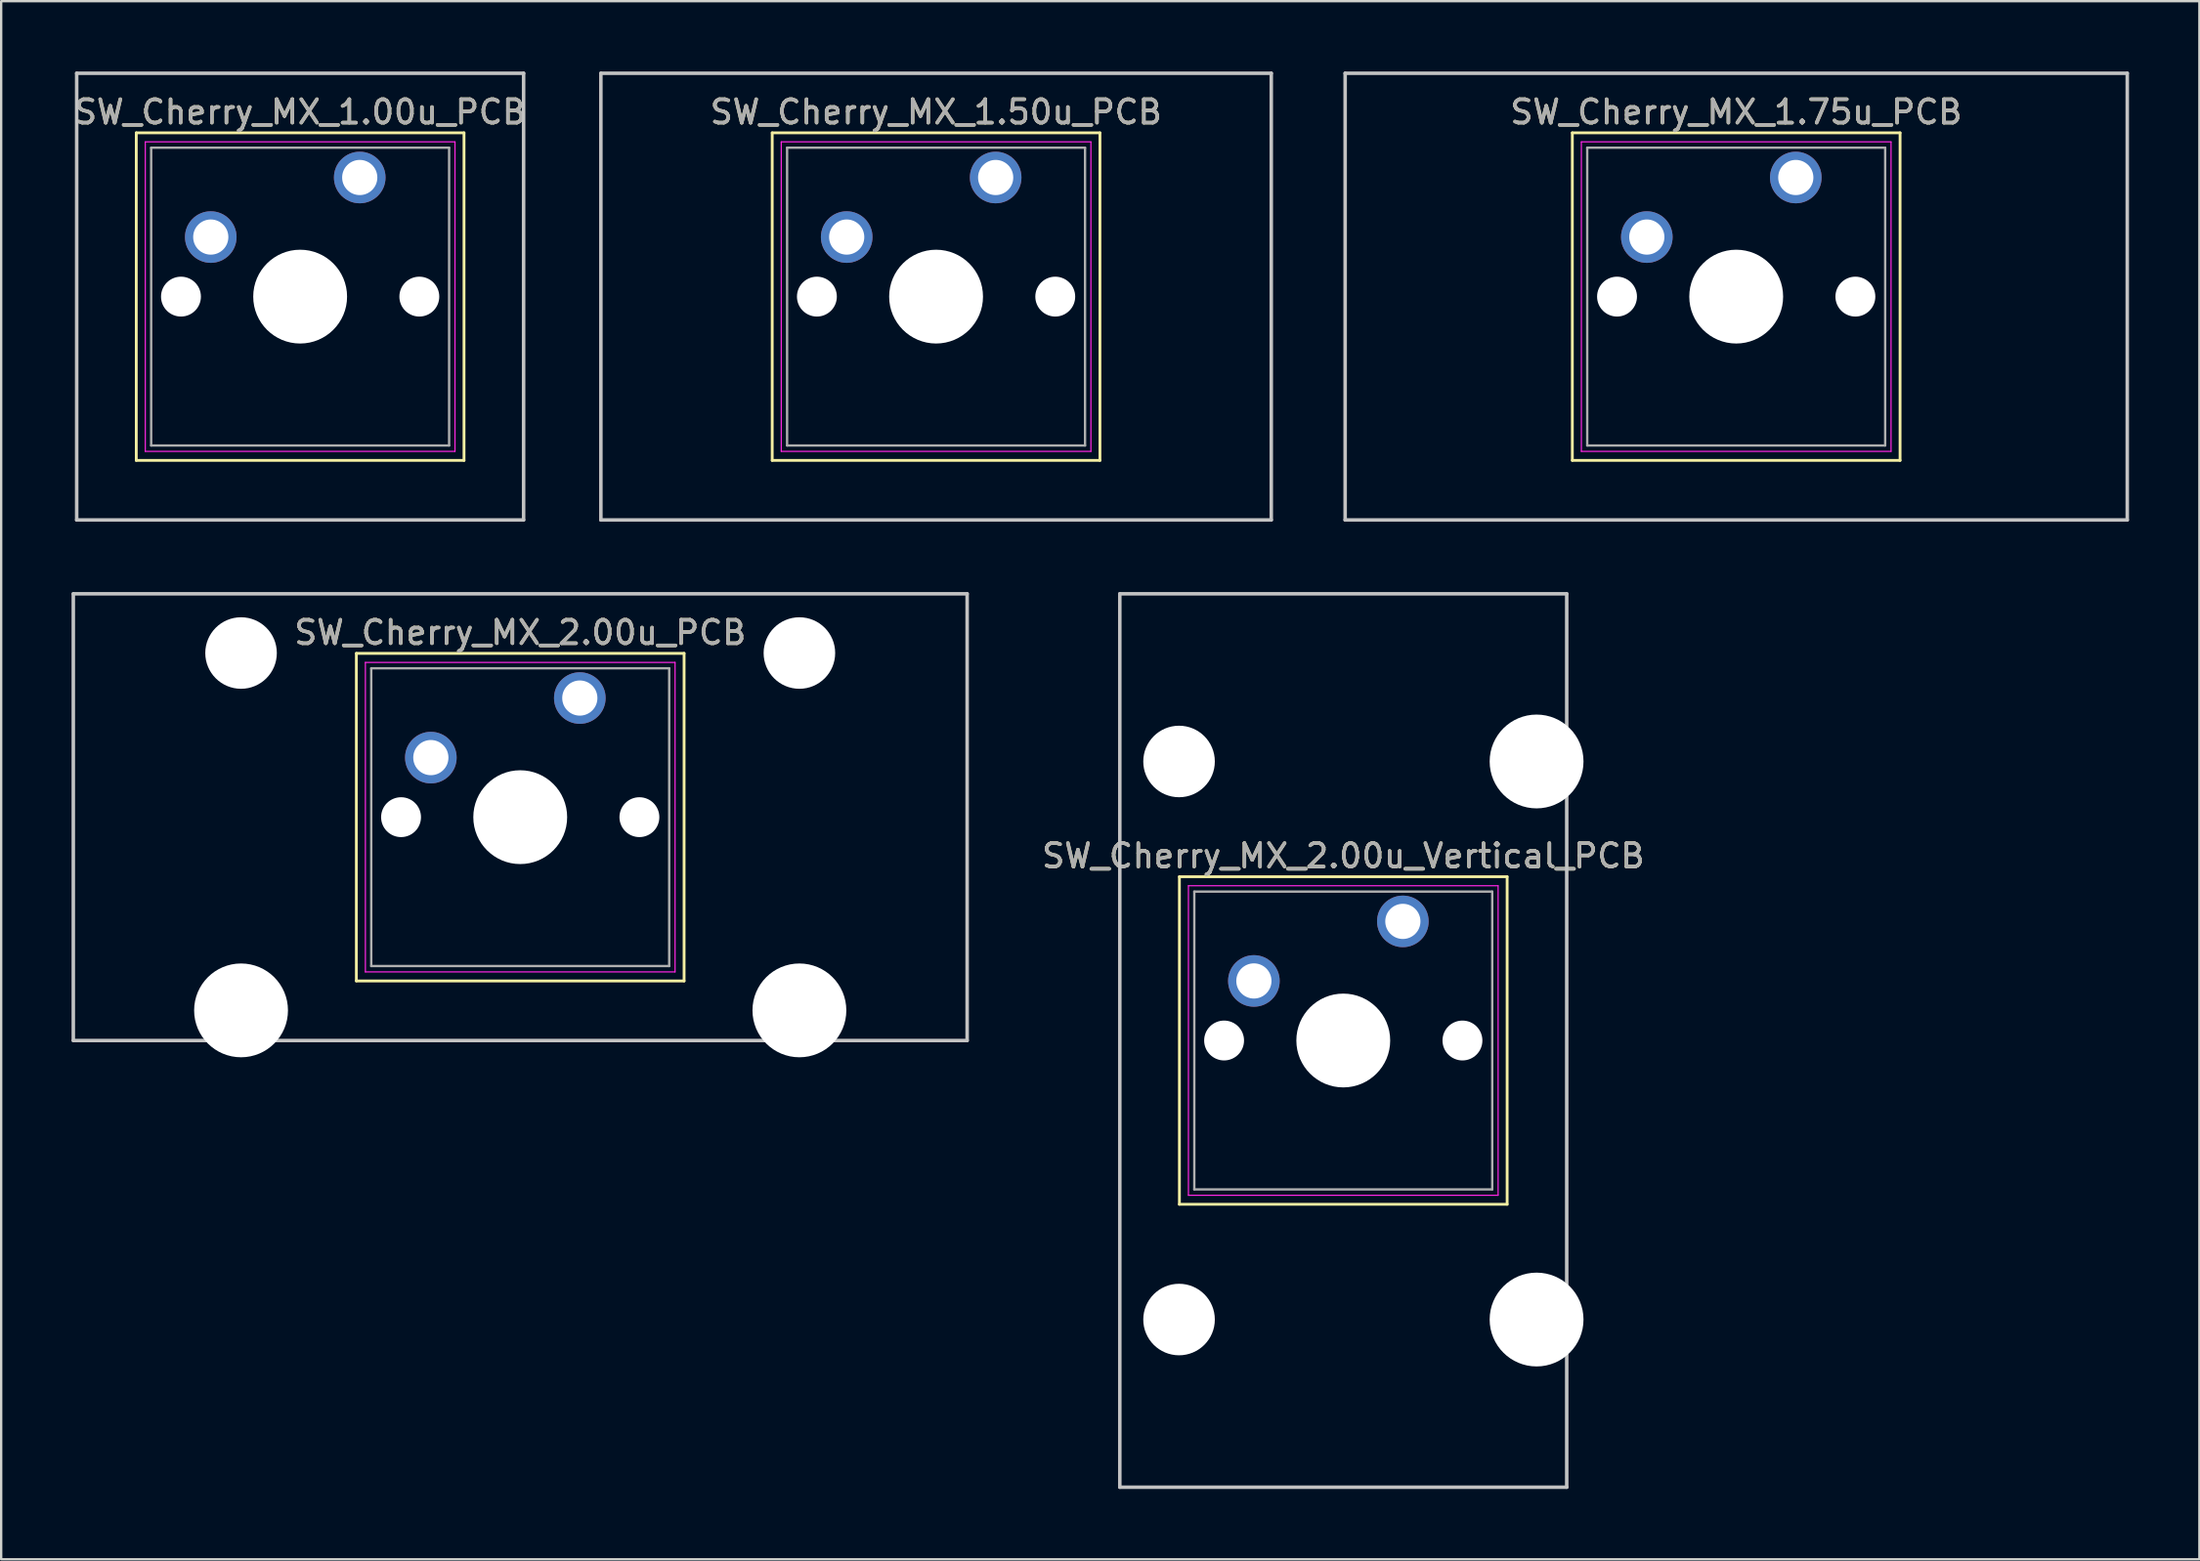
<source format=kicad_pcb>
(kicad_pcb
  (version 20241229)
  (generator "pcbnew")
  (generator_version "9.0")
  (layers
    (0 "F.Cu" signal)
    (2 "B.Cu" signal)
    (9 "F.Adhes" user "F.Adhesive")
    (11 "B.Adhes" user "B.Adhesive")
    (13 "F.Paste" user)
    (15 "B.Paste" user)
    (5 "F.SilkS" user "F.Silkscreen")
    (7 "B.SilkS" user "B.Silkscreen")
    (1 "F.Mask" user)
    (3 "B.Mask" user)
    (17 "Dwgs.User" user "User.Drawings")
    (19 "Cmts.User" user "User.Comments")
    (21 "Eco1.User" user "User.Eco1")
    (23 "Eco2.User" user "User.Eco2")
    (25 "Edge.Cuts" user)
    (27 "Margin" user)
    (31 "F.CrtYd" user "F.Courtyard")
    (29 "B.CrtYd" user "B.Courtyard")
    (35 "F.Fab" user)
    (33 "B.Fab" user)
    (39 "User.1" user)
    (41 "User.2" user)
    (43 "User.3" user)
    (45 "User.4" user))
  (footprint "SW_Cherry_MX_1.00u_PCB"
    (layer "F.Cu")
    (at 12.284 4.52)
    (property "Reference" "SW_Cherry_MX_1.00u_PCB" (at -2.54 -2.794 0) (layer "F.SilkS") (effects (font (size 1 1) (thickness 0.15))))
    (attr through_hole)
    (fp_line (start -9.525 -1.905) (end 4.445 -1.905) (stroke (width 0.12) (type solid)) (layer "F.SilkS"))
    (fp_line (start -9.525 12.065) (end -9.525 -1.905) (stroke (width 0.12) (type solid)) (layer "F.SilkS"))
    (fp_line (start 4.445 -1.905) (end 4.445 12.065) (stroke (width 0.12) (type solid)) (layer "F.SilkS"))
    (fp_line (start 4.445 12.065) (end -9.525 12.065) (stroke (width 0.12) (type solid)) (layer "F.SilkS"))
    (fp_line (start -12.065 -4.445) (end 6.985 -4.445) (stroke (width 0.15) (type solid)) (layer "Dwgs.User"))
    (fp_line (start -12.065 14.605) (end -12.065 -4.445) (stroke (width 0.15) (type solid)) (layer "Dwgs.User"))
    (fp_line (start 6.985 -4.445) (end 6.985 14.605) (stroke (width 0.15) (type solid)) (layer "Dwgs.User"))
    (fp_line (start 6.985 14.605) (end -12.065 14.605) (stroke (width 0.15) (type solid)) (layer "Dwgs.User"))
    (fp_line (start -9.14 -1.52) (end 4.06 -1.52) (stroke (width 0.05) (type solid)) (layer "F.CrtYd"))
    (fp_line (start -9.14 11.68) (end -9.14 -1.52) (stroke (width 0.05) (type solid)) (layer "F.CrtYd"))
    (fp_line (start 4.06 -1.52) (end 4.06 11.68) (stroke (width 0.05) (type solid)) (layer "F.CrtYd"))
    (fp_line (start 4.06 11.68) (end -9.14 11.68) (stroke (width 0.05) (type solid)) (layer "F.CrtYd"))
    (fp_line (start -8.89 -1.27) (end 3.81 -1.27) (stroke (width 0.1) (type solid)) (layer "F.Fab"))
    (fp_line (start -8.89 11.43) (end -8.89 -1.27) (stroke (width 0.1) (type solid)) (layer "F.Fab"))
    (fp_line (start 3.81 -1.27) (end 3.81 11.43) (stroke (width 0.1) (type solid)) (layer "F.Fab"))
    (fp_line (start 3.81 11.43) (end -8.89 11.43) (stroke (width 0.1) (type solid)) (layer "F.Fab"))
    (fp_text user "${REFERENCE}" (at -2.54 -2.794 0) (layer "F.Fab") (effects (font (size 1 1) (thickness 0.15))))
    (pad "" np_thru_hole circle (at -7.62 5.08) (size 1.7 1.7) (drill 1.7) (layers "*.Cu" "*.Mask"))
    (pad "" np_thru_hole circle (at -2.54 5.08) (size 4 4) (drill 4) (layers "*.Cu" "*.Mask"))
    (pad "" np_thru_hole circle (at 2.54 5.08) (size 1.7 1.7) (drill 1.7) (layers "*.Cu" "*.Mask"))
    (pad "1" thru_hole circle (at 0 0) (size 2.2 2.2) (drill 1.5) (layers "*.Cu" "*.Mask"))
    (pad "2" thru_hole circle (at -6.35 2.54) (size 2.2 2.2) (drill 1.5) (layers "*.Cu" "*.Mask")))
  (footprint "SW_Cherry_MX_2.00u_PCB"
    (layer "F.Cu")
    (at 21.665 26.72)
    (property "Reference" "SW_Cherry_MX_2.00u_PCB" (at -2.54 -2.794 0) (layer "F.SilkS") (effects (font (size 1 1) (thickness 0.15))))
    (attr through_hole)
    (fp_line (start -9.525 -1.905) (end 4.445 -1.905) (stroke (width 0.12) (type solid)) (layer "F.SilkS"))
    (fp_line (start -9.525 12.065) (end -9.525 -1.905) (stroke (width 0.12) (type solid)) (layer "F.SilkS"))
    (fp_line (start 4.445 -1.905) (end 4.445 12.065) (stroke (width 0.12) (type solid)) (layer "F.SilkS"))
    (fp_line (start 4.445 12.065) (end -9.525 12.065) (stroke (width 0.12) (type solid)) (layer "F.SilkS"))
    (fp_line (start -21.59 -4.445) (end 16.51 -4.445) (stroke (width 0.15) (type solid)) (layer "Dwgs.User"))
    (fp_line (start -21.59 14.605) (end -21.59 -4.445) (stroke (width 0.15) (type solid)) (layer "Dwgs.User"))
    (fp_line (start 16.51 -4.445) (end 16.51 14.605) (stroke (width 0.15) (type solid)) (layer "Dwgs.User"))
    (fp_line (start 16.51 14.605) (end -21.59 14.605) (stroke (width 0.15) (type solid)) (layer "Dwgs.User"))
    (fp_line (start -9.14 -1.52) (end 4.06 -1.52) (stroke (width 0.05) (type solid)) (layer "F.CrtYd"))
    (fp_line (start -9.14 11.68) (end -9.14 -1.52) (stroke (width 0.05) (type solid)) (layer "F.CrtYd"))
    (fp_line (start 4.06 -1.52) (end 4.06 11.68) (stroke (width 0.05) (type solid)) (layer "F.CrtYd"))
    (fp_line (start 4.06 11.68) (end -9.14 11.68) (stroke (width 0.05) (type solid)) (layer "F.CrtYd"))
    (fp_line (start -8.89 -1.27) (end 3.81 -1.27) (stroke (width 0.1) (type solid)) (layer "F.Fab"))
    (fp_line (start -8.89 11.43) (end -8.89 -1.27) (stroke (width 0.1) (type solid)) (layer "F.Fab"))
    (fp_line (start 3.81 -1.27) (end 3.81 11.43) (stroke (width 0.1) (type solid)) (layer "F.Fab"))
    (fp_line (start 3.81 11.43) (end -8.89 11.43) (stroke (width 0.1) (type solid)) (layer "F.Fab"))
    (fp_text user "${REFERENCE}" (at -2.54 -2.794 0) (layer "F.Fab") (effects (font (size 1 1) (thickness 0.15))))
    (pad "" np_thru_hole circle (at -14.44 -1.92) (size 3.05 3.05) (drill 3.05) (layers "*.Cu" "*.Mask"))
    (pad "" np_thru_hole circle (at -14.44 13.32) (size 4 4) (drill 4) (layers "*.Cu" "*.Mask"))
    (pad "" np_thru_hole circle (at -7.62 5.08) (size 1.7 1.7) (drill 1.7) (layers "*.Cu" "*.Mask"))
    (pad "" np_thru_hole circle (at -2.54 5.08) (size 4 4) (drill 4) (layers "*.Cu" "*.Mask"))
    (pad "" np_thru_hole circle (at 2.54 5.08) (size 1.7 1.7) (drill 1.7) (layers "*.Cu" "*.Mask"))
    (pad "" np_thru_hole circle (at 9.36 -1.92) (size 3.05 3.05) (drill 3.05) (layers "*.Cu" "*.Mask"))
    (pad "" np_thru_hole circle (at 9.36 13.32) (size 4 4) (drill 4) (layers "*.Cu" "*.Mask"))
    (pad "1" thru_hole circle (at 0 0) (size 2.2 2.2) (drill 1.5) (layers "*.Cu" "*.Mask"))
    (pad "2" thru_hole circle (at -6.35 2.54) (size 2.2 2.2) (drill 1.5) (layers "*.Cu" "*.Mask")))
  (footprint "SW_Cherry_MX_1.50u_PCB"
    (layer "F.Cu")
    (at 39.391 4.52)
    (property "Reference" "SW_Cherry_MX_1.50u_PCB" (at -2.54 -2.794 0) (layer "F.SilkS") (effects (font (size 1 1) (thickness 0.15))))
    (attr through_hole)
    (fp_line (start -9.525 -1.905) (end 4.445 -1.905) (stroke (width 0.12) (type solid)) (layer "F.SilkS"))
    (fp_line (start -9.525 12.065) (end -9.525 -1.905) (stroke (width 0.12) (type solid)) (layer "F.SilkS"))
    (fp_line (start 4.445 -1.905) (end 4.445 12.065) (stroke (width 0.12) (type solid)) (layer "F.SilkS"))
    (fp_line (start 4.445 12.065) (end -9.525 12.065) (stroke (width 0.12) (type solid)) (layer "F.SilkS"))
    (fp_line (start -16.828 -4.445) (end 11.748 -4.445) (stroke (width 0.15) (type solid)) (layer "Dwgs.User"))
    (fp_line (start -16.828 14.605) (end -16.828 -4.445) (stroke (width 0.15) (type solid)) (layer "Dwgs.User"))
    (fp_line (start 11.748 -4.445) (end 11.748 14.605) (stroke (width 0.15) (type solid)) (layer "Dwgs.User"))
    (fp_line (start 11.748 14.605) (end -16.828 14.605) (stroke (width 0.15) (type solid)) (layer "Dwgs.User"))
    (fp_line (start -9.14 -1.52) (end 4.06 -1.52) (stroke (width 0.05) (type solid)) (layer "F.CrtYd"))
    (fp_line (start -9.14 11.68) (end -9.14 -1.52) (stroke (width 0.05) (type solid)) (layer "F.CrtYd"))
    (fp_line (start 4.06 -1.52) (end 4.06 11.68) (stroke (width 0.05) (type solid)) (layer "F.CrtYd"))
    (fp_line (start 4.06 11.68) (end -9.14 11.68) (stroke (width 0.05) (type solid)) (layer "F.CrtYd"))
    (fp_line (start -8.89 -1.27) (end 3.81 -1.27) (stroke (width 0.1) (type solid)) (layer "F.Fab"))
    (fp_line (start -8.89 11.43) (end -8.89 -1.27) (stroke (width 0.1) (type solid)) (layer "F.Fab"))
    (fp_line (start 3.81 -1.27) (end 3.81 11.43) (stroke (width 0.1) (type solid)) (layer "F.Fab"))
    (fp_line (start 3.81 11.43) (end -8.89 11.43) (stroke (width 0.1) (type solid)) (layer "F.Fab"))
    (fp_text user "${REFERENCE}" (at -2.54 -2.794 0) (layer "F.Fab") (effects (font (size 1 1) (thickness 0.15))))
    (pad "" np_thru_hole circle (at -7.62 5.08) (size 1.7 1.7) (drill 1.7) (layers "*.Cu" "*.Mask"))
    (pad "" np_thru_hole circle (at -2.54 5.08) (size 4 4) (drill 4) (layers "*.Cu" "*.Mask"))
    (pad "" np_thru_hole circle (at 2.54 5.08) (size 1.7 1.7) (drill 1.7) (layers "*.Cu" "*.Mask"))
    (pad "1" thru_hole circle (at 0 0) (size 2.2 2.2) (drill 1.5) (layers "*.Cu" "*.Mask"))
    (pad "2" thru_hole circle (at -6.35 2.54) (size 2.2 2.2) (drill 1.5) (layers "*.Cu" "*.Mask")))
  (footprint "SW_Cherry_MX_1.75u_PCB"
    (layer "F.Cu")
    (at 73.497 4.52)
    (property "Reference" "SW_Cherry_MX_1.75u_PCB" (at -2.54 -2.794 0) (layer "F.SilkS") (effects (font (size 1 1) (thickness 0.15))))
    (attr through_hole)
    (fp_line (start -9.525 -1.905) (end 4.445 -1.905) (stroke (width 0.12) (type solid)) (layer "F.SilkS"))
    (fp_line (start -9.525 12.065) (end -9.525 -1.905) (stroke (width 0.12) (type solid)) (layer "F.SilkS"))
    (fp_line (start 4.445 -1.905) (end 4.445 12.065) (stroke (width 0.12) (type solid)) (layer "F.SilkS"))
    (fp_line (start 4.445 12.065) (end -9.525 12.065) (stroke (width 0.12) (type solid)) (layer "F.SilkS"))
    (fp_line (start -19.209 -4.445) (end 14.129 -4.445) (stroke (width 0.15) (type solid)) (layer "Dwgs.User"))
    (fp_line (start -19.209 14.605) (end -19.209 -4.445) (stroke (width 0.15) (type solid)) (layer "Dwgs.User"))
    (fp_line (start 14.129 -4.445) (end 14.129 14.605) (stroke (width 0.15) (type solid)) (layer "Dwgs.User"))
    (fp_line (start 14.129 14.605) (end -19.209 14.605) (stroke (width 0.15) (type solid)) (layer "Dwgs.User"))
    (fp_line (start -9.14 -1.52) (end 4.06 -1.52) (stroke (width 0.05) (type solid)) (layer "F.CrtYd"))
    (fp_line (start -9.14 11.68) (end -9.14 -1.52) (stroke (width 0.05) (type solid)) (layer "F.CrtYd"))
    (fp_line (start 4.06 -1.52) (end 4.06 11.68) (stroke (width 0.05) (type solid)) (layer "F.CrtYd"))
    (fp_line (start 4.06 11.68) (end -9.14 11.68) (stroke (width 0.05) (type solid)) (layer "F.CrtYd"))
    (fp_line (start -8.89 -1.27) (end 3.81 -1.27) (stroke (width 0.1) (type solid)) (layer "F.Fab"))
    (fp_line (start -8.89 11.43) (end -8.89 -1.27) (stroke (width 0.1) (type solid)) (layer "F.Fab"))
    (fp_line (start 3.81 -1.27) (end 3.81 11.43) (stroke (width 0.1) (type solid)) (layer "F.Fab"))
    (fp_line (start 3.81 11.43) (end -8.89 11.43) (stroke (width 0.1) (type solid)) (layer "F.Fab"))
    (fp_text user "${REFERENCE}" (at -2.54 -2.794 0) (layer "F.Fab") (effects (font (size 1 1) (thickness 0.15))))
    (pad "" np_thru_hole circle (at -7.62 5.08) (size 1.7 1.7) (drill 1.7) (layers "*.Cu" "*.Mask"))
    (pad "" np_thru_hole circle (at -2.54 5.08) (size 4 4) (drill 4) (layers "*.Cu" "*.Mask"))
    (pad "" np_thru_hole circle (at 2.54 5.08) (size 1.7 1.7) (drill 1.7) (layers "*.Cu" "*.Mask"))
    (pad "1" thru_hole circle (at 0 0) (size 2.2 2.2) (drill 1.5) (layers "*.Cu" "*.Mask"))
    (pad "2" thru_hole circle (at -6.35 2.54) (size 2.2 2.2) (drill 1.5) (layers "*.Cu" "*.Mask")))
  (footprint "SW_Cherry_MX_2.00u_Vertical_PCB"
    (layer "F.Cu")
    (at 56.748 36.245)
    (property "Reference" "SW_Cherry_MX_2.00u_Vertical_PCB" (at -2.54 -2.794 0) (layer "F.SilkS") (effects (font (size 1 1) (thickness 0.15))))
    (attr through_hole)
    (fp_line (start -9.525 -1.905) (end 4.445 -1.905) (stroke (width 0.12) (type solid)) (layer "F.SilkS"))
    (fp_line (start -9.525 12.065) (end -9.525 -1.905) (stroke (width 0.12) (type solid)) (layer "F.SilkS"))
    (fp_line (start 4.445 -1.905) (end 4.445 12.065) (stroke (width 0.12) (type solid)) (layer "F.SilkS"))
    (fp_line (start 4.445 12.065) (end -9.525 12.065) (stroke (width 0.12) (type solid)) (layer "F.SilkS"))
    (fp_line (start -12.065 -13.97) (end 6.985 -13.97) (stroke (width 0.15) (type solid)) (layer "Dwgs.User"))
    (fp_line (start -12.065 24.13) (end -12.065 -13.97) (stroke (width 0.15) (type solid)) (layer "Dwgs.User"))
    (fp_line (start 6.985 -13.97) (end 6.985 24.13) (stroke (width 0.15) (type solid)) (layer "Dwgs.User"))
    (fp_line (start 6.985 24.13) (end -12.065 24.13) (stroke (width 0.15) (type solid)) (layer "Dwgs.User"))
    (fp_line (start -9.14 -1.52) (end 4.06 -1.52) (stroke (width 0.05) (type solid)) (layer "F.CrtYd"))
    (fp_line (start -9.14 11.68) (end -9.14 -1.52) (stroke (width 0.05) (type solid)) (layer "F.CrtYd"))
    (fp_line (start 4.06 -1.52) (end 4.06 11.68) (stroke (width 0.05) (type solid)) (layer "F.CrtYd"))
    (fp_line (start 4.06 11.68) (end -9.14 11.68) (stroke (width 0.05) (type solid)) (layer "F.CrtYd"))
    (fp_line (start -8.89 -1.27) (end 3.81 -1.27) (stroke (width 0.1) (type solid)) (layer "F.Fab"))
    (fp_line (start -8.89 11.43) (end -8.89 -1.27) (stroke (width 0.1) (type solid)) (layer "F.Fab"))
    (fp_line (start 3.81 -1.27) (end 3.81 11.43) (stroke (width 0.1) (type solid)) (layer "F.Fab"))
    (fp_line (start 3.81 11.43) (end -8.89 11.43) (stroke (width 0.1) (type solid)) (layer "F.Fab"))
    (fp_text user "${REFERENCE}" (at -2.54 -2.794 0) (layer "F.Fab") (effects (font (size 1 1) (thickness 0.15))))
    (pad "" np_thru_hole circle (at -9.54 -6.82) (size 3.05 3.05) (drill 3.05) (layers "*.Cu" "*.Mask"))
    (pad "" np_thru_hole circle (at -9.54 16.98) (size 3.05 3.05) (drill 3.05) (layers "*.Cu" "*.Mask"))
    (pad "" np_thru_hole circle (at -7.62 5.08) (size 1.7 1.7) (drill 1.7) (layers "*.Cu" "*.Mask"))
    (pad "" np_thru_hole circle (at -2.54 5.08) (size 4 4) (drill 4) (layers "*.Cu" "*.Mask"))
    (pad "" np_thru_hole circle (at 2.54 5.08) (size 1.7 1.7) (drill 1.7) (layers "*.Cu" "*.Mask"))
    (pad "" np_thru_hole circle (at 5.7 -6.82) (size 4 4) (drill 4) (layers "*.Cu" "*.Mask"))
    (pad "" np_thru_hole circle (at 5.7 16.98) (size 4 4) (drill 4) (layers "*.Cu" "*.Mask"))
    (pad "1" thru_hole circle (at 0 0) (size 2.2 2.2) (drill 1.5) (layers "*.Cu" "*.Mask"))
    (pad "2" thru_hole circle (at -6.35 2.54) (size 2.2 2.2) (drill 1.5) (layers "*.Cu" "*.Mask")))
  (gr_rect
    (start -3 -3)
    (end 90.701 63.45)
    (stroke (width 0.1) (type default))
    (fill no)
    (layer "Edge.Cuts")))
</source>
